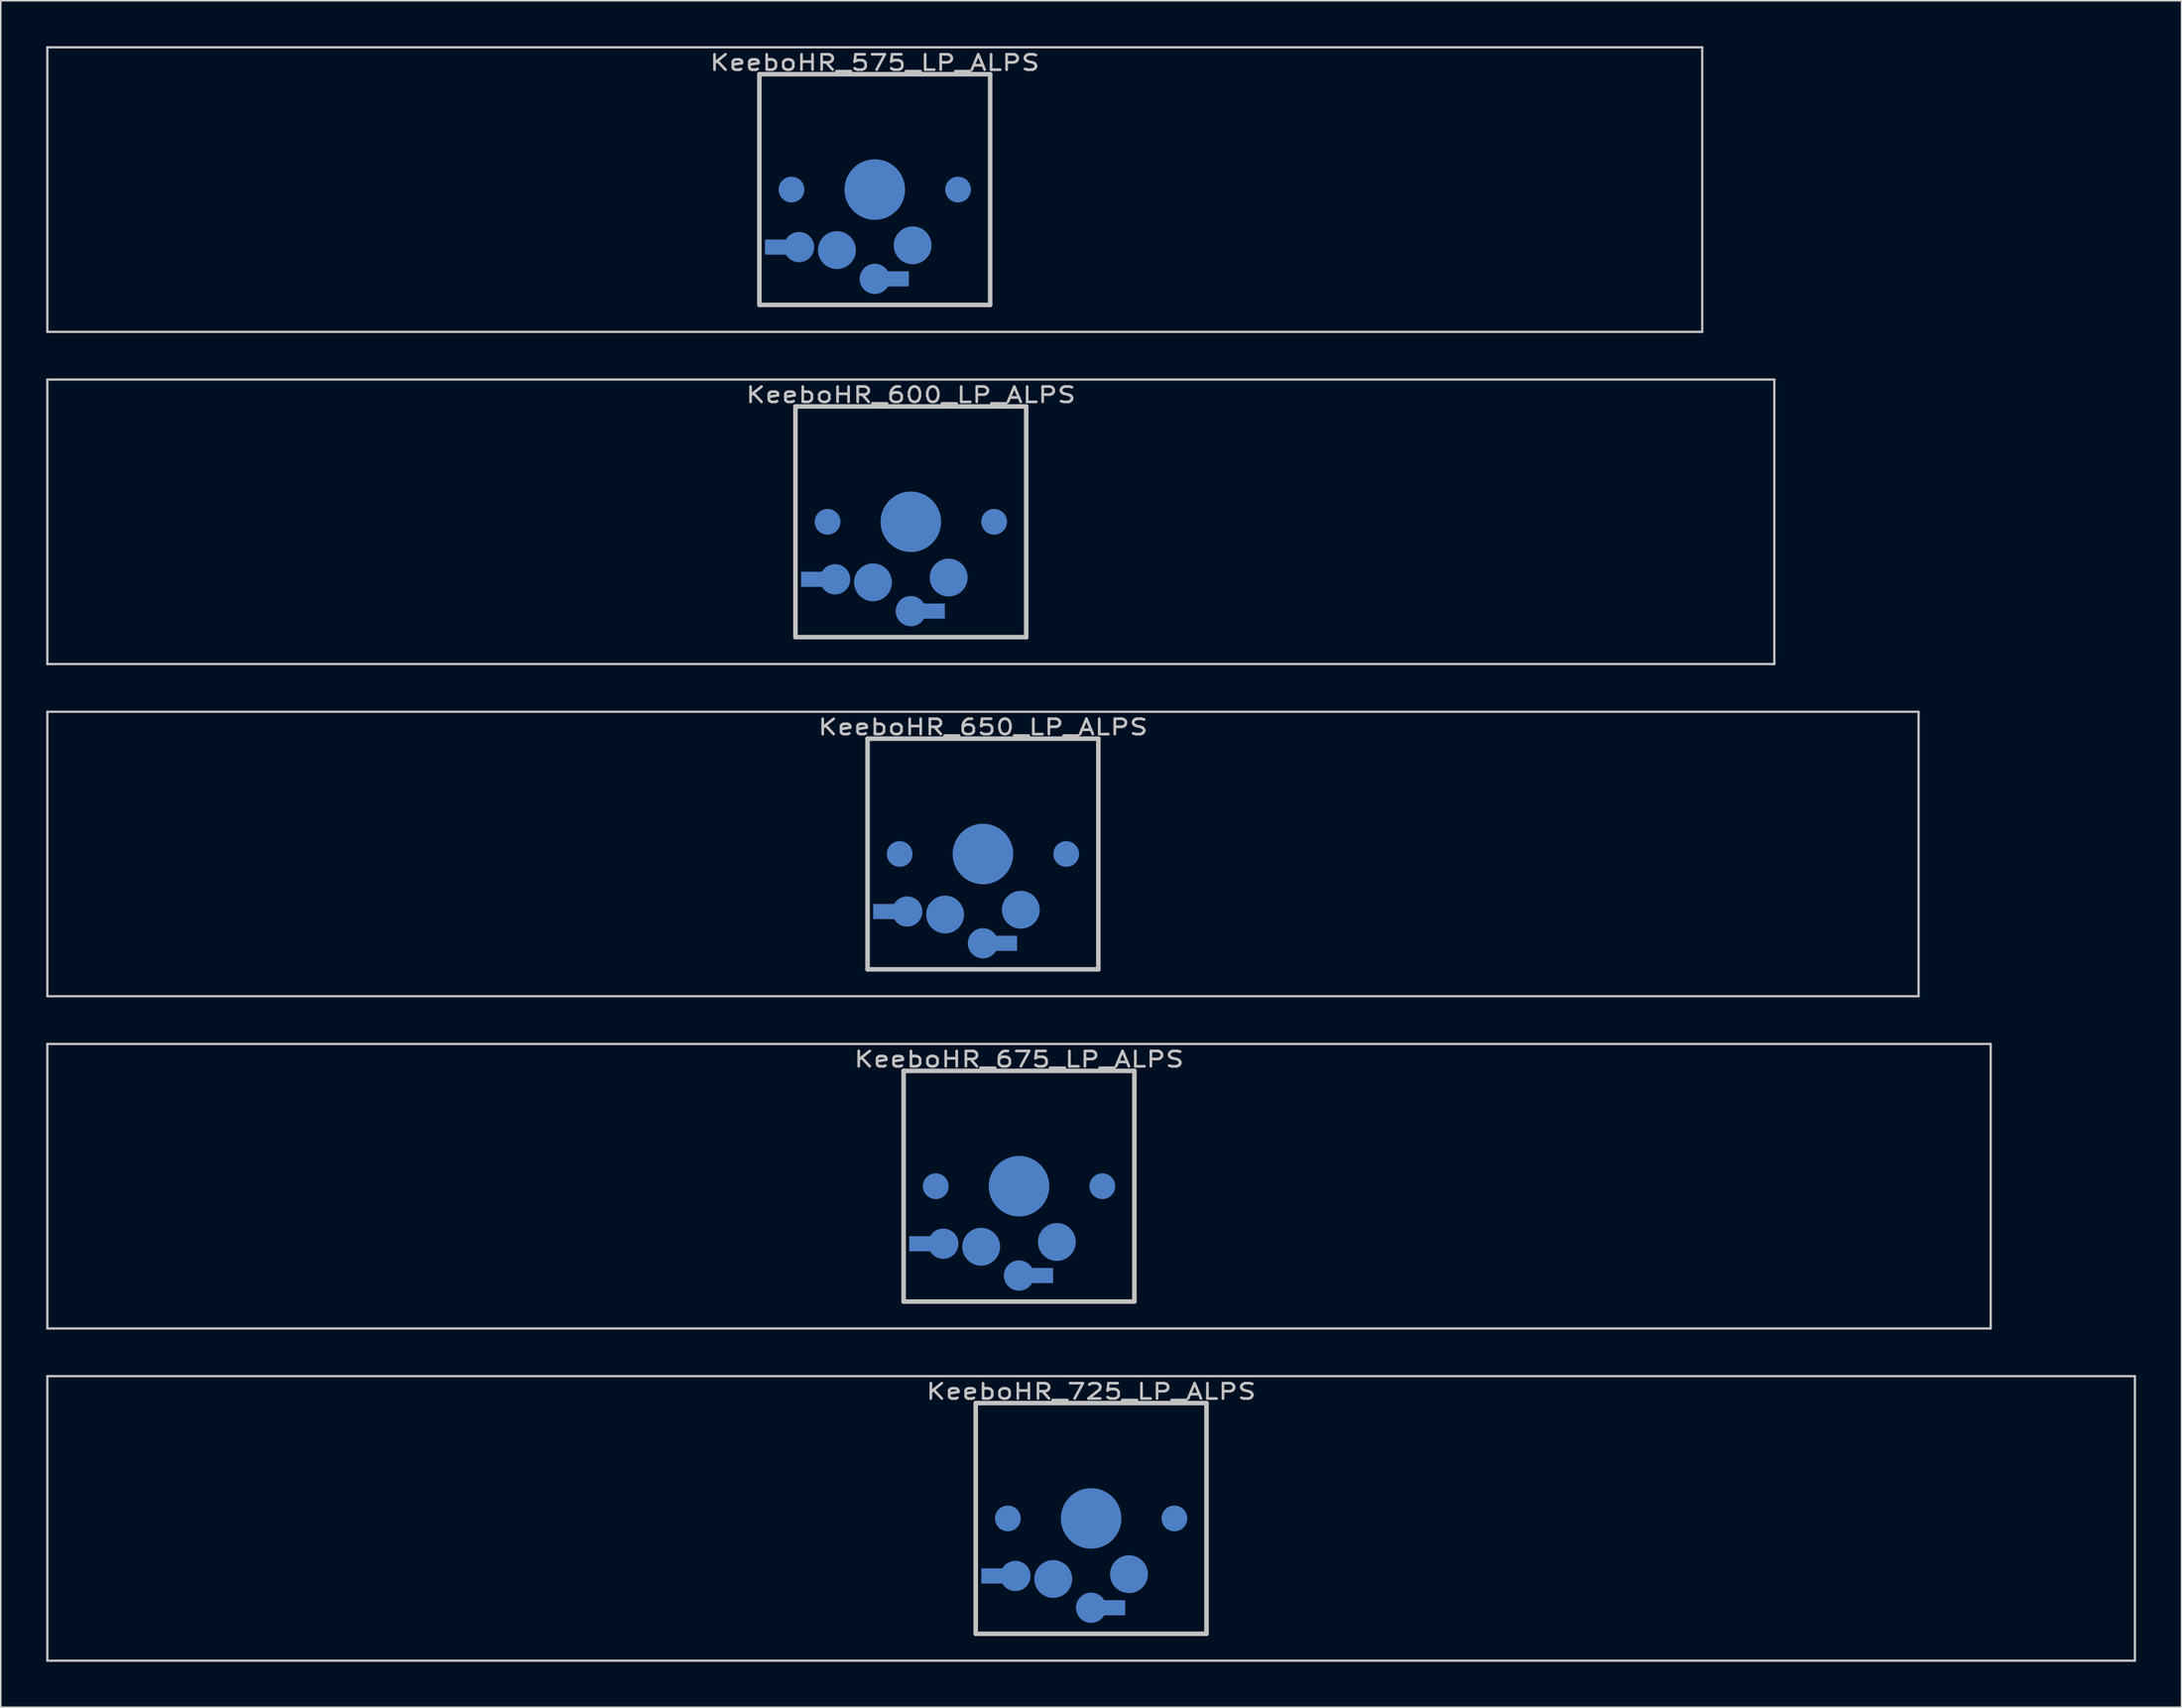
<source format=kicad_pcb>
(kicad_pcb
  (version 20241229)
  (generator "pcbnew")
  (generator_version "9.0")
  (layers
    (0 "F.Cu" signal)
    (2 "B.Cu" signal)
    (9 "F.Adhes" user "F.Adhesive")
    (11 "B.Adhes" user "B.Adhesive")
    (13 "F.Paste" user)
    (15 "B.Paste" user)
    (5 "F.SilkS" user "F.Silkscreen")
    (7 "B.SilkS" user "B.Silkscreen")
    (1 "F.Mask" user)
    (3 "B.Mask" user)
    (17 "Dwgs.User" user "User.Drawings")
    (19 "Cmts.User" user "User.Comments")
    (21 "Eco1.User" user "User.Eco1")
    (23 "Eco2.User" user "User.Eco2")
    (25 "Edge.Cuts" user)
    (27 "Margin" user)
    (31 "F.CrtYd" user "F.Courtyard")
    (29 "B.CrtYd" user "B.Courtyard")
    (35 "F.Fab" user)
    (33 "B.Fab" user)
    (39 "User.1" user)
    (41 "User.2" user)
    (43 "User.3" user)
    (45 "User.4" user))
  (footprint "KeeboHR_575_LP_ALPS"
    (layer "B.Cu")
    (at 54.718 9.474)
    (property "Reference" "KeeboHR_575_LP_ALPS" (at 0 -8.382 0) (layer "Dwgs.User") (effects (font (size 1.016 1.27) (thickness 0.178))))
    (attr through_hole)
    (fp_line (start -54.642 -9.398) (end 54.642 -9.398) (stroke (width 0.152) (type solid)) (layer "Dwgs.User"))
    (fp_line (start -54.642 9.398) (end -54.642 -9.398) (stroke (width 0.152) (type solid)) (layer "Dwgs.User"))
    (fp_line (start -7.62 -7.62) (end 7.62 -7.62) (stroke (width 0.3) (type solid)) (layer "Dwgs.User"))
    (fp_line (start -7.62 7.62) (end -7.62 -7.62) (stroke (width 0.3) (type solid)) (layer "Dwgs.User"))
    (fp_line (start 7.62 -7.62) (end 7.62 7.62) (stroke (width 0.3) (type solid)) (layer "Dwgs.User"))
    (fp_line (start 7.62 7.62) (end -7.62 7.62) (stroke (width 0.3) (type solid)) (layer "Dwgs.User"))
    (fp_line (start 54.642 -9.398) (end 54.642 9.398) (stroke (width 0.152) (type solid)) (layer "Dwgs.User"))
    (fp_line (start 54.642 9.398) (end -54.642 9.398) (stroke (width 0.152) (type solid)) (layer "Dwgs.User"))
    (pad "" smd circle (at -5.5 0) (size 1.7 1.7) (layers "B.Cu" "B.Mask"))
    (pad "" smd circle (at 0 0) (size 4 4) (layers "B.Cu" "B.Mask"))
    (pad "" smd circle (at 5.5 0) (size 1.7 1.7) (layers "B.Cu" "B.Mask"))
    (pad "1" smd circle (at 0 5.9) (size 2 2) (layers "B.Cu" "B.Mask"))
    (pad "1" smd rect (at 1.25 5.9) (size 2 1) (layers "B.Cu" "B.Mask"))
    (pad "1" smd circle (at 2.5 3.683) (size 2.5 2.5) (layers "B.Cu" "B.Mask"))
    (pad "2" smd rect (at -6.25 3.8) (size 2 1) (layers "B.Cu" "B.Mask"))
    (pad "2" smd circle (at -5 3.8) (size 2 2) (layers "B.Cu" "B.Mask"))
    (pad "2" smd circle (at -2.5 4) (size 2.5 2.5) (layers "B.Cu" "B.Mask")))
  (footprint "KeeboHR_650_LP_ALPS"
    (layer "B.Cu")
    (at 61.862 53.371)
    (property "Reference" "KeeboHR_650_LP_ALPS" (at 0 -8.382 0) (layer "Dwgs.User") (effects (font (size 1.016 1.27) (thickness 0.178))))
    (attr through_hole)
    (fp_line (start -61.785 -9.398) (end 61.785 -9.398) (stroke (width 0.152) (type solid)) (layer "Dwgs.User"))
    (fp_line (start -61.785 9.398) (end -61.785 -9.398) (stroke (width 0.152) (type solid)) (layer "Dwgs.User"))
    (fp_line (start -7.62 -7.62) (end 7.62 -7.62) (stroke (width 0.3) (type solid)) (layer "Dwgs.User"))
    (fp_line (start -7.62 7.62) (end -7.62 -7.62) (stroke (width 0.3) (type solid)) (layer "Dwgs.User"))
    (fp_line (start 7.62 -7.62) (end 7.62 7.62) (stroke (width 0.3) (type solid)) (layer "Dwgs.User"))
    (fp_line (start 7.62 7.62) (end -7.62 7.62) (stroke (width 0.3) (type solid)) (layer "Dwgs.User"))
    (fp_line (start 61.785 -9.398) (end 61.785 9.398) (stroke (width 0.152) (type solid)) (layer "Dwgs.User"))
    (fp_line (start 61.785 9.398) (end -61.785 9.398) (stroke (width 0.152) (type solid)) (layer "Dwgs.User"))
    (pad "" smd circle (at -5.5 0) (size 1.7 1.7) (layers "B.Cu" "B.Mask"))
    (pad "" smd circle (at 0 0) (size 4 4) (layers "B.Cu" "B.Mask"))
    (pad "" smd circle (at 5.5 0) (size 1.7 1.7) (layers "B.Cu" "B.Mask"))
    (pad "1" smd circle (at 0 5.9) (size 2 2) (layers "B.Cu" "B.Mask"))
    (pad "1" smd rect (at 1.25 5.9) (size 2 1) (layers "B.Cu" "B.Mask"))
    (pad "1" smd circle (at 2.5 3.683) (size 2.5 2.5) (layers "B.Cu" "B.Mask"))
    (pad "2" smd rect (at -6.25 3.8) (size 2 1) (layers "B.Cu" "B.Mask"))
    (pad "2" smd circle (at -5 3.8) (size 2 2) (layers "B.Cu" "B.Mask"))
    (pad "2" smd circle (at -2.5 4) (size 2.5 2.5) (layers "B.Cu" "B.Mask")))
  (footprint "KeeboHR_725_LP_ALPS"
    (layer "B.Cu")
    (at 69.005 97.268)
    (property "Reference" "KeeboHR_725_LP_ALPS" (at 0 -8.382 0) (layer "Dwgs.User") (effects (font (size 1.016 1.27) (thickness 0.178))))
    (attr through_hole)
    (fp_line (start -68.929 -9.398) (end 68.929 -9.398) (stroke (width 0.152) (type solid)) (layer "Dwgs.User"))
    (fp_line (start -68.929 9.398) (end -68.929 -9.398) (stroke (width 0.152) (type solid)) (layer "Dwgs.User"))
    (fp_line (start -7.62 -7.62) (end 7.62 -7.62) (stroke (width 0.3) (type solid)) (layer "Dwgs.User"))
    (fp_line (start -7.62 7.62) (end -7.62 -7.62) (stroke (width 0.3) (type solid)) (layer "Dwgs.User"))
    (fp_line (start 7.62 -7.62) (end 7.62 7.62) (stroke (width 0.3) (type solid)) (layer "Dwgs.User"))
    (fp_line (start 7.62 7.62) (end -7.62 7.62) (stroke (width 0.3) (type solid)) (layer "Dwgs.User"))
    (fp_line (start 68.929 -9.398) (end 68.929 9.398) (stroke (width 0.152) (type solid)) (layer "Dwgs.User"))
    (fp_line (start 68.929 9.398) (end -68.929 9.398) (stroke (width 0.152) (type solid)) (layer "Dwgs.User"))
    (pad "" smd circle (at -5.5 0) (size 1.7 1.7) (layers "B.Cu" "B.Mask"))
    (pad "" smd circle (at 0 0) (size 4 4) (layers "B.Cu" "B.Mask"))
    (pad "" smd circle (at 5.5 0) (size 1.7 1.7) (layers "B.Cu" "B.Mask"))
    (pad "1" smd circle (at 0 5.9) (size 2 2) (layers "B.Cu" "B.Mask"))
    (pad "1" smd rect (at 1.25 5.9) (size 2 1) (layers "B.Cu" "B.Mask"))
    (pad "1" smd circle (at 2.5 3.683) (size 2.5 2.5) (layers "B.Cu" "B.Mask"))
    (pad "2" smd rect (at -6.25 3.8) (size 2 1) (layers "B.Cu" "B.Mask"))
    (pad "2" smd circle (at -5 3.8) (size 2 2) (layers "B.Cu" "B.Mask"))
    (pad "2" smd circle (at -2.5 4) (size 2.5 2.5) (layers "B.Cu" "B.Mask")))
  (footprint "KeeboHR_600_LP_ALPS"
    (layer "B.Cu")
    (at 57.099 31.423)
    (property "Reference" "KeeboHR_600_LP_ALPS" (at 0 -8.382 0) (layer "Dwgs.User") (effects (font (size 1.016 1.27) (thickness 0.178))))
    (attr through_hole)
    (fp_line (start -57.023 -9.398) (end 57.023 -9.398) (stroke (width 0.152) (type solid)) (layer "Dwgs.User"))
    (fp_line (start -57.023 9.398) (end -57.023 -9.398) (stroke (width 0.152) (type solid)) (layer "Dwgs.User"))
    (fp_line (start -7.62 -7.62) (end 7.62 -7.62) (stroke (width 0.3) (type solid)) (layer "Dwgs.User"))
    (fp_line (start -7.62 7.62) (end -7.62 -7.62) (stroke (width 0.3) (type solid)) (layer "Dwgs.User"))
    (fp_line (start 7.62 -7.62) (end 7.62 7.62) (stroke (width 0.3) (type solid)) (layer "Dwgs.User"))
    (fp_line (start 7.62 7.62) (end -7.62 7.62) (stroke (width 0.3) (type solid)) (layer "Dwgs.User"))
    (fp_line (start 57.023 -9.398) (end 57.023 9.398) (stroke (width 0.152) (type solid)) (layer "Dwgs.User"))
    (fp_line (start 57.023 9.398) (end -57.023 9.398) (stroke (width 0.152) (type solid)) (layer "Dwgs.User"))
    (pad "" smd circle (at -5.5 0) (size 1.7 1.7) (layers "B.Cu" "B.Mask"))
    (pad "" smd circle (at 0 0) (size 4 4) (layers "B.Cu" "B.Mask"))
    (pad "" smd circle (at 5.5 0) (size 1.7 1.7) (layers "B.Cu" "B.Mask"))
    (pad "1" smd circle (at 0 5.9) (size 2 2) (layers "B.Cu" "B.Mask"))
    (pad "1" smd rect (at 1.25 5.9) (size 2 1) (layers "B.Cu" "B.Mask"))
    (pad "1" smd circle (at 2.5 3.683) (size 2.5 2.5) (layers "B.Cu" "B.Mask"))
    (pad "2" smd rect (at -6.25 3.8) (size 2 1) (layers "B.Cu" "B.Mask"))
    (pad "2" smd circle (at -5 3.8) (size 2 2) (layers "B.Cu" "B.Mask"))
    (pad "2" smd circle (at -2.5 4) (size 2.5 2.5) (layers "B.Cu" "B.Mask")))
  (footprint "KeeboHR_675_LP_ALPS"
    (layer "B.Cu")
    (at 64.243 75.319)
    (property "Reference" "KeeboHR_675_LP_ALPS" (at 0 -8.382 0) (layer "Dwgs.User") (effects (font (size 1.016 1.27) (thickness 0.178))))
    (attr through_hole)
    (fp_line (start -64.167 -9.398) (end 64.167 -9.398) (stroke (width 0.152) (type solid)) (layer "Dwgs.User"))
    (fp_line (start -64.167 9.398) (end -64.167 -9.398) (stroke (width 0.152) (type solid)) (layer "Dwgs.User"))
    (fp_line (start -7.62 -7.62) (end 7.62 -7.62) (stroke (width 0.3) (type solid)) (layer "Dwgs.User"))
    (fp_line (start -7.62 7.62) (end -7.62 -7.62) (stroke (width 0.3) (type solid)) (layer "Dwgs.User"))
    (fp_line (start 7.62 -7.62) (end 7.62 7.62) (stroke (width 0.3) (type solid)) (layer "Dwgs.User"))
    (fp_line (start 7.62 7.62) (end -7.62 7.62) (stroke (width 0.3) (type solid)) (layer "Dwgs.User"))
    (fp_line (start 64.167 -9.398) (end 64.167 9.398) (stroke (width 0.152) (type solid)) (layer "Dwgs.User"))
    (fp_line (start 64.167 9.398) (end -64.167 9.398) (stroke (width 0.152) (type solid)) (layer "Dwgs.User"))
    (pad "" smd circle (at -5.5 0) (size 1.7 1.7) (layers "B.Cu" "B.Mask"))
    (pad "" smd circle (at 0 0) (size 4 4) (layers "B.Cu" "B.Mask"))
    (pad "" smd circle (at 5.5 0) (size 1.7 1.7) (layers "B.Cu" "B.Mask"))
    (pad "1" smd circle (at 0 5.9) (size 2 2) (layers "B.Cu" "B.Mask"))
    (pad "1" smd rect (at 1.25 5.9) (size 2 1) (layers "B.Cu" "B.Mask"))
    (pad "1" smd circle (at 2.5 3.683) (size 2.5 2.5) (layers "B.Cu" "B.Mask"))
    (pad "2" smd rect (at -6.25 3.8) (size 2 1) (layers "B.Cu" "B.Mask"))
    (pad "2" smd circle (at -5 3.8) (size 2 2) (layers "B.Cu" "B.Mask"))
    (pad "2" smd circle (at -2.5 4) (size 2.5 2.5) (layers "B.Cu" "B.Mask")))
  (gr_rect
    (start -3 -3)
    (end 141.011 109.742)
    (stroke (width 0.1) (type default))
    (fill no)
    (layer "Edge.Cuts")))
</source>
